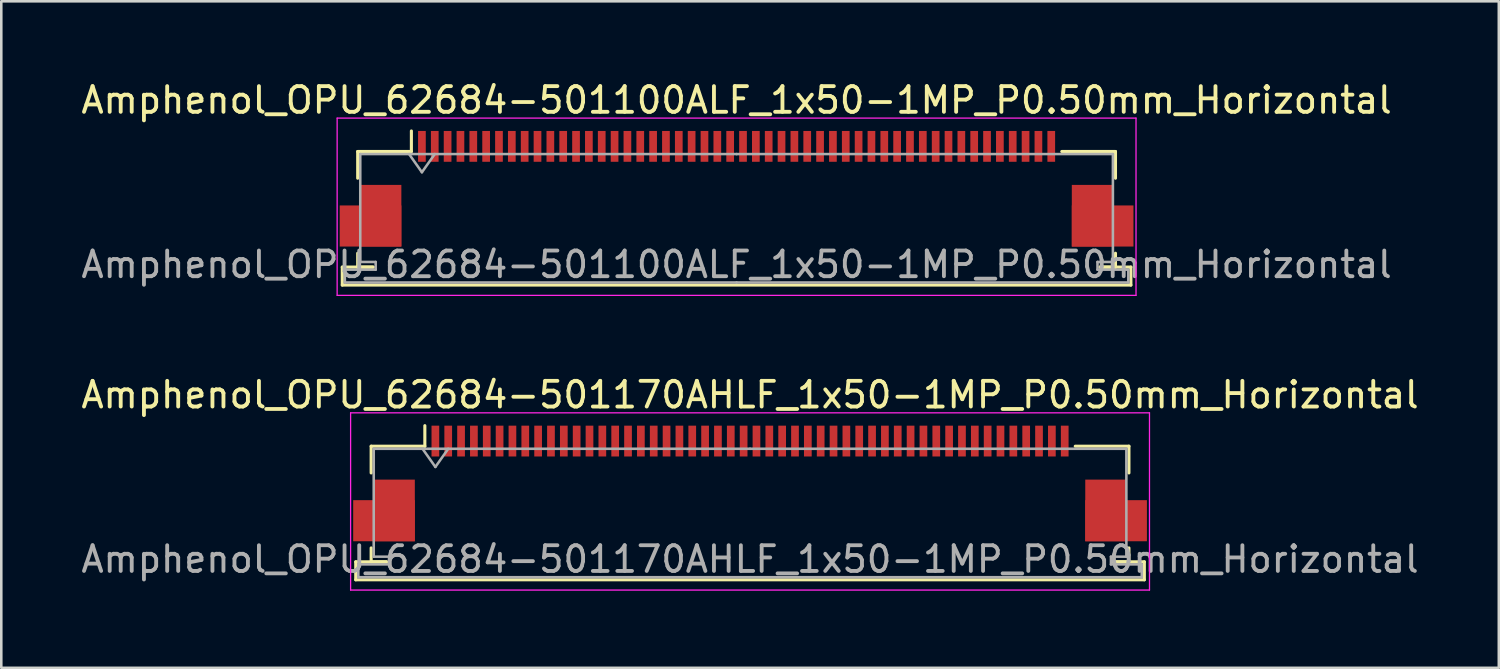
<source format=kicad_pcb>
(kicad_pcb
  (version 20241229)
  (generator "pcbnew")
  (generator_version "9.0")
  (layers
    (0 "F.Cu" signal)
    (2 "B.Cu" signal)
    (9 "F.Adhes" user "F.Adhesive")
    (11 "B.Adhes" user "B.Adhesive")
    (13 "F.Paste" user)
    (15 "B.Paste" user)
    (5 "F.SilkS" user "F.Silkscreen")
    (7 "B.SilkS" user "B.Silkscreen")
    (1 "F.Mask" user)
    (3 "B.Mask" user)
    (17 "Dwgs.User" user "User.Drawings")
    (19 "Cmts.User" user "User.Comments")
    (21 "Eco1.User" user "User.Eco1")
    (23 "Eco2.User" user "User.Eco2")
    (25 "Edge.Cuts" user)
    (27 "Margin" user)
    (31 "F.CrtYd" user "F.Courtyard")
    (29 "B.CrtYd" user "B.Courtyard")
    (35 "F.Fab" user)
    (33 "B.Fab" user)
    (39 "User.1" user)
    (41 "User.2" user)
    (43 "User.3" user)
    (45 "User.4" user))
  (footprint "Amphenol_OPU_62684-501170AHLF_1x50-1MP_P0.50mm_Horizontal"
    (layer "F.Cu")
    (at 26.149 15.771)
    (property "Reference" "Amphenol_OPU_62684-501170AHLF_1x50-1MP_P0.50mm_Horizontal" (at 0 -3.45 0) (layer "F.SilkS") (effects (font (size 1 1) (thickness 0.15))))
    (attr smd)
    (fp_line (start -15.35 3.05) (end -15.35 3.75) (stroke (width 0.12) (type solid)) (layer "F.SilkS"))
    (fp_line (start -15.35 3.75) (end 15.35 3.75) (stroke (width 0.12) (type solid)) (layer "F.SilkS"))
    (fp_line (start -14.75 -1.45) (end -14.75 -0.41) (stroke (width 0.12) (type solid)) (layer "F.SilkS"))
    (fp_line (start -14.75 2.51) (end -14.75 3.05) (stroke (width 0.12) (type solid)) (layer "F.SilkS"))
    (fp_line (start -14.75 3.05) (end -14.15 3.05) (stroke (width 0.12) (type solid)) (layer "F.SilkS"))
    (fp_line (start -14.15 3.05) (end -15.35 3.05) (stroke (width 0.12) (type solid)) (layer "F.SilkS"))
    (fp_line (start -12.66 -1.45) (end -14.75 -1.45) (stroke (width 0.12) (type solid)) (layer "F.SilkS"))
    (fp_line (start -12.66 -1.45) (end -12.66 -2.25) (stroke (width 0.12) (type solid)) (layer "F.SilkS"))
    (fp_line (start 12.66 -1.45) (end 14.75 -1.45) (stroke (width 0.12) (type solid)) (layer "F.SilkS"))
    (fp_line (start 14.15 3.05) (end 14.75 3.05) (stroke (width 0.12) (type solid)) (layer "F.SilkS"))
    (fp_line (start 14.75 -1.45) (end 14.75 -0.41) (stroke (width 0.12) (type solid)) (layer "F.SilkS"))
    (fp_line (start 14.75 3.05) (end 14.75 2.51) (stroke (width 0.12) (type solid)) (layer "F.SilkS"))
    (fp_line (start 15.35 3.05) (end 14.15 3.05) (stroke (width 0.12) (type solid)) (layer "F.SilkS"))
    (fp_line (start 15.35 3.75) (end 15.35 3.05) (stroke (width 0.12) (type solid)) (layer "F.SilkS"))
    (fp_line (start -15.55 -2.75) (end -15.55 4.15) (stroke (width 0.05) (type solid)) (layer "F.CrtYd"))
    (fp_line (start -15.55 4.15) (end 15.55 4.15) (stroke (width 0.05) (type solid)) (layer "F.CrtYd"))
    (fp_line (start 15.55 -2.75) (end -15.55 -2.75) (stroke (width 0.05) (type solid)) (layer "F.CrtYd"))
    (fp_line (start 15.55 4.15) (end 15.55 -2.75) (stroke (width 0.05) (type solid)) (layer "F.CrtYd"))
    (fp_line (start -15.25 3.15) (end -15.25 3.65) (stroke (width 0.1) (type solid)) (layer "F.Fab"))
    (fp_line (start -15.25 3.65) (end 0 3.65) (stroke (width 0.1) (type solid)) (layer "F.Fab"))
    (fp_line (start -14.65 -1.35) (end -14.65 2.85) (stroke (width 0.1) (type solid)) (layer "F.Fab"))
    (fp_line (start -14.65 2.85) (end -14.05 2.85) (stroke (width 0.1) (type solid)) (layer "F.Fab"))
    (fp_line (start -14.05 2.85) (end -14.05 3.15) (stroke (width 0.1) (type solid)) (layer "F.Fab"))
    (fp_line (start -14.05 3.15) (end -15.25 3.15) (stroke (width 0.1) (type solid)) (layer "F.Fab"))
    (fp_line (start -12.75 -1.35) (end -12.25 -0.643) (stroke (width 0.1) (type solid)) (layer "F.Fab"))
    (fp_line (start -12.25 -0.643) (end -11.75 -1.35) (stroke (width 0.1) (type solid)) (layer "F.Fab"))
    (fp_line (start 0 -1.35) (end -14.65 -1.35) (stroke (width 0.1) (type solid)) (layer "F.Fab"))
    (fp_line (start 0 -1.35) (end 14.65 -1.35) (stroke (width 0.1) (type solid)) (layer "F.Fab"))
    (fp_line (start 14.05 2.85) (end 14.05 3.15) (stroke (width 0.1) (type solid)) (layer "F.Fab"))
    (fp_line (start 14.05 3.15) (end 15.25 3.15) (stroke (width 0.1) (type solid)) (layer "F.Fab"))
    (fp_line (start 14.65 -1.35) (end 14.65 2.85) (stroke (width 0.1) (type solid)) (layer "F.Fab"))
    (fp_line (start 14.65 2.85) (end 14.05 2.85) (stroke (width 0.1) (type solid)) (layer "F.Fab"))
    (fp_line (start 15.25 3.15) (end 15.25 3.65) (stroke (width 0.1) (type solid)) (layer "F.Fab"))
    (fp_line (start 15.25 3.65) (end 0 3.65) (stroke (width 0.1) (type solid)) (layer "F.Fab"))
    (fp_text user "${REFERENCE}" (at 0 2.95 0) (layer "F.Fab") (effects (font (size 1 1) (thickness 0.15))))
    (pad "1" smd rect (at -12.25 -1.65) (size 0.3 1.2) (layers "F.Cu" "F.Mask" "F.Paste"))
    (pad "2" smd rect (at -11.75 -1.65) (size 0.3 1.2) (layers "F.Cu" "F.Mask" "F.Paste"))
    (pad "3" smd rect (at -11.25 -1.65) (size 0.3 1.2) (layers "F.Cu" "F.Mask" "F.Paste"))
    (pad "4" smd rect (at -10.75 -1.65) (size 0.3 1.2) (layers "F.Cu" "F.Mask" "F.Paste"))
    (pad "5" smd rect (at -10.25 -1.65) (size 0.3 1.2) (layers "F.Cu" "F.Mask" "F.Paste"))
    (pad "6" smd rect (at -9.75 -1.65) (size 0.3 1.2) (layers "F.Cu" "F.Mask" "F.Paste"))
    (pad "7" smd rect (at -9.25 -1.65) (size 0.3 1.2) (layers "F.Cu" "F.Mask" "F.Paste"))
    (pad "8" smd rect (at -8.75 -1.65) (size 0.3 1.2) (layers "F.Cu" "F.Mask" "F.Paste"))
    (pad "9" smd rect (at -8.25 -1.65) (size 0.3 1.2) (layers "F.Cu" "F.Mask" "F.Paste"))
    (pad "10" smd rect (at -7.75 -1.65) (size 0.3 1.2) (layers "F.Cu" "F.Mask" "F.Paste"))
    (pad "11" smd rect (at -7.25 -1.65) (size 0.3 1.2) (layers "F.Cu" "F.Mask" "F.Paste"))
    (pad "12" smd rect (at -6.75 -1.65) (size 0.3 1.2) (layers "F.Cu" "F.Mask" "F.Paste"))
    (pad "13" smd rect (at -6.25 -1.65) (size 0.3 1.2) (layers "F.Cu" "F.Mask" "F.Paste"))
    (pad "14" smd rect (at -5.75 -1.65) (size 0.3 1.2) (layers "F.Cu" "F.Mask" "F.Paste"))
    (pad "15" smd rect (at -5.25 -1.65) (size 0.3 1.2) (layers "F.Cu" "F.Mask" "F.Paste"))
    (pad "16" smd rect (at -4.75 -1.65) (size 0.3 1.2) (layers "F.Cu" "F.Mask" "F.Paste"))
    (pad "17" smd rect (at -4.25 -1.65) (size 0.3 1.2) (layers "F.Cu" "F.Mask" "F.Paste"))
    (pad "18" smd rect (at -3.75 -1.65) (size 0.3 1.2) (layers "F.Cu" "F.Mask" "F.Paste"))
    (pad "19" smd rect (at -3.25 -1.65) (size 0.3 1.2) (layers "F.Cu" "F.Mask" "F.Paste"))
    (pad "20" smd rect (at -2.75 -1.65) (size 0.3 1.2) (layers "F.Cu" "F.Mask" "F.Paste"))
    (pad "21" smd rect (at -2.25 -1.65) (size 0.3 1.2) (layers "F.Cu" "F.Mask" "F.Paste"))
    (pad "22" smd rect (at -1.75 -1.65) (size 0.3 1.2) (layers "F.Cu" "F.Mask" "F.Paste"))
    (pad "23" smd rect (at -1.25 -1.65) (size 0.3 1.2) (layers "F.Cu" "F.Mask" "F.Paste"))
    (pad "24" smd rect (at -0.75 -1.65) (size 0.3 1.2) (layers "F.Cu" "F.Mask" "F.Paste"))
    (pad "25" smd rect (at -0.25 -1.65) (size 0.3 1.2) (layers "F.Cu" "F.Mask" "F.Paste"))
    (pad "26" smd rect (at 0.25 -1.65) (size 0.3 1.2) (layers "F.Cu" "F.Mask" "F.Paste"))
    (pad "27" smd rect (at 0.75 -1.65) (size 0.3 1.2) (layers "F.Cu" "F.Mask" "F.Paste"))
    (pad "28" smd rect (at 1.25 -1.65) (size 0.3 1.2) (layers "F.Cu" "F.Mask" "F.Paste"))
    (pad "29" smd rect (at 1.75 -1.65) (size 0.3 1.2) (layers "F.Cu" "F.Mask" "F.Paste"))
    (pad "30" smd rect (at 2.25 -1.65) (size 0.3 1.2) (layers "F.Cu" "F.Mask" "F.Paste"))
    (pad "31" smd rect (at 2.75 -1.65) (size 0.3 1.2) (layers "F.Cu" "F.Mask" "F.Paste"))
    (pad "32" smd rect (at 3.25 -1.65) (size 0.3 1.2) (layers "F.Cu" "F.Mask" "F.Paste"))
    (pad "33" smd rect (at 3.75 -1.65) (size 0.3 1.2) (layers "F.Cu" "F.Mask" "F.Paste"))
    (pad "34" smd rect (at 4.25 -1.65) (size 0.3 1.2) (layers "F.Cu" "F.Mask" "F.Paste"))
    (pad "35" smd rect (at 4.75 -1.65) (size 0.3 1.2) (layers "F.Cu" "F.Mask" "F.Paste"))
    (pad "36" smd rect (at 5.25 -1.65) (size 0.3 1.2) (layers "F.Cu" "F.Mask" "F.Paste"))
    (pad "37" smd rect (at 5.75 -1.65) (size 0.3 1.2) (layers "F.Cu" "F.Mask" "F.Paste"))
    (pad "38" smd rect (at 6.25 -1.65) (size 0.3 1.2) (layers "F.Cu" "F.Mask" "F.Paste"))
    (pad "39" smd rect (at 6.75 -1.65) (size 0.3 1.2) (layers "F.Cu" "F.Mask" "F.Paste"))
    (pad "40" smd rect (at 7.25 -1.65) (size 0.3 1.2) (layers "F.Cu" "F.Mask" "F.Paste"))
    (pad "41" smd rect (at 7.75 -1.65) (size 0.3 1.2) (layers "F.Cu" "F.Mask" "F.Paste"))
    (pad "42" smd rect (at 8.25 -1.65) (size 0.3 1.2) (layers "F.Cu" "F.Mask" "F.Paste"))
    (pad "43" smd rect (at 8.75 -1.65) (size 0.3 1.2) (layers "F.Cu" "F.Mask" "F.Paste"))
    (pad "44" smd rect (at 9.25 -1.65) (size 0.3 1.2) (layers "F.Cu" "F.Mask" "F.Paste"))
    (pad "45" smd rect (at 9.75 -1.65) (size 0.3 1.2) (layers "F.Cu" "F.Mask" "F.Paste"))
    (pad "46" smd rect (at 10.25 -1.65) (size 0.3 1.2) (layers "F.Cu" "F.Mask" "F.Paste"))
    (pad "47" smd rect (at 10.75 -1.65) (size 0.3 1.2) (layers "F.Cu" "F.Mask" "F.Paste"))
    (pad "48" smd rect (at 11.25 -1.65) (size 0.3 1.2) (layers "F.Cu" "F.Mask" "F.Paste"))
    (pad "49" smd rect (at 11.75 -1.65) (size 0.3 1.2) (layers "F.Cu" "F.Mask" "F.Paste"))
    (pad "50" smd rect (at 12.25 -1.65) (size 0.3 1.2) (layers "F.Cu" "F.Mask" "F.Paste"))
    (pad "MP" smd rect (at -14.25 1.45) (size 2.4 1.6) (layers "F.Cu" "F.Mask" "F.Paste"))
    (pad "MP" smd rect (at -13.85 1.05) (size 1.6 2.4) (layers "F.Cu" "F.Mask" "F.Paste"))
    (pad "MP" smd rect (at 13.85 1.05) (size 1.6 2.4) (layers "F.Cu" "F.Mask" "F.Paste"))
    (pad "MP" smd rect (at 14.25 1.45) (size 2.4 1.6) (layers "F.Cu" "F.Mask" "F.Paste")))
  (footprint "Amphenol_OPU_62684-501100ALF_1x50-1MP_P0.50mm_Horizontal"
    (layer "F.Cu")
    (at 25.625 4.298)
    (property "Reference" "Amphenol_OPU_62684-501100ALF_1x50-1MP_P0.50mm_Horizontal" (at 0 -3.45 0) (layer "F.SilkS") (effects (font (size 1 1) (thickness 0.15))))
    (attr smd)
    (fp_line (start -15.35 3.05) (end -15.35 3.75) (stroke (width 0.12) (type solid)) (layer "F.SilkS"))
    (fp_line (start -15.35 3.75) (end 15.35 3.75) (stroke (width 0.12) (type solid)) (layer "F.SilkS"))
    (fp_line (start -14.75 -1.45) (end -14.75 -0.41) (stroke (width 0.12) (type solid)) (layer "F.SilkS"))
    (fp_line (start -14.75 2.51) (end -14.75 3.05) (stroke (width 0.12) (type solid)) (layer "F.SilkS"))
    (fp_line (start -14.75 3.05) (end -14.15 3.05) (stroke (width 0.12) (type solid)) (layer "F.SilkS"))
    (fp_line (start -14.15 3.05) (end -15.35 3.05) (stroke (width 0.12) (type solid)) (layer "F.SilkS"))
    (fp_line (start -12.66 -1.45) (end -14.75 -1.45) (stroke (width 0.12) (type solid)) (layer "F.SilkS"))
    (fp_line (start -12.66 -1.45) (end -12.66 -2.25) (stroke (width 0.12) (type solid)) (layer "F.SilkS"))
    (fp_line (start 12.66 -1.45) (end 14.75 -1.45) (stroke (width 0.12) (type solid)) (layer "F.SilkS"))
    (fp_line (start 14.15 3.05) (end 14.75 3.05) (stroke (width 0.12) (type solid)) (layer "F.SilkS"))
    (fp_line (start 14.75 -1.45) (end 14.75 -0.41) (stroke (width 0.12) (type solid)) (layer "F.SilkS"))
    (fp_line (start 14.75 3.05) (end 14.75 2.51) (stroke (width 0.12) (type solid)) (layer "F.SilkS"))
    (fp_line (start 15.35 3.05) (end 14.15 3.05) (stroke (width 0.12) (type solid)) (layer "F.SilkS"))
    (fp_line (start 15.35 3.75) (end 15.35 3.05) (stroke (width 0.12) (type solid)) (layer "F.SilkS"))
    (fp_line (start -15.55 -2.75) (end -15.55 4.15) (stroke (width 0.05) (type solid)) (layer "F.CrtYd"))
    (fp_line (start -15.55 4.15) (end 15.55 4.15) (stroke (width 0.05) (type solid)) (layer "F.CrtYd"))
    (fp_line (start 15.55 -2.75) (end -15.55 -2.75) (stroke (width 0.05) (type solid)) (layer "F.CrtYd"))
    (fp_line (start 15.55 4.15) (end 15.55 -2.75) (stroke (width 0.05) (type solid)) (layer "F.CrtYd"))
    (fp_line (start -15.25 3.15) (end -15.25 3.65) (stroke (width 0.1) (type solid)) (layer "F.Fab"))
    (fp_line (start -15.25 3.65) (end 0 3.65) (stroke (width 0.1) (type solid)) (layer "F.Fab"))
    (fp_line (start -14.65 -1.35) (end -14.65 2.85) (stroke (width 0.1) (type solid)) (layer "F.Fab"))
    (fp_line (start -14.65 2.85) (end -14.05 2.85) (stroke (width 0.1) (type solid)) (layer "F.Fab"))
    (fp_line (start -14.05 2.85) (end -14.05 3.15) (stroke (width 0.1) (type solid)) (layer "F.Fab"))
    (fp_line (start -14.05 3.15) (end -15.25 3.15) (stroke (width 0.1) (type solid)) (layer "F.Fab"))
    (fp_line (start -12.75 -1.35) (end -12.25 -0.643) (stroke (width 0.1) (type solid)) (layer "F.Fab"))
    (fp_line (start -12.25 -0.643) (end -11.75 -1.35) (stroke (width 0.1) (type solid)) (layer "F.Fab"))
    (fp_line (start 0 -1.35) (end -14.65 -1.35) (stroke (width 0.1) (type solid)) (layer "F.Fab"))
    (fp_line (start 0 -1.35) (end 14.65 -1.35) (stroke (width 0.1) (type solid)) (layer "F.Fab"))
    (fp_line (start 14.05 2.85) (end 14.05 3.15) (stroke (width 0.1) (type solid)) (layer "F.Fab"))
    (fp_line (start 14.05 3.15) (end 15.25 3.15) (stroke (width 0.1) (type solid)) (layer "F.Fab"))
    (fp_line (start 14.65 -1.35) (end 14.65 2.85) (stroke (width 0.1) (type solid)) (layer "F.Fab"))
    (fp_line (start 14.65 2.85) (end 14.05 2.85) (stroke (width 0.1) (type solid)) (layer "F.Fab"))
    (fp_line (start 15.25 3.15) (end 15.25 3.65) (stroke (width 0.1) (type solid)) (layer "F.Fab"))
    (fp_line (start 15.25 3.65) (end 0 3.65) (stroke (width 0.1) (type solid)) (layer "F.Fab"))
    (fp_text user "${REFERENCE}" (at 0 2.95 0) (layer "F.Fab") (effects (font (size 1 1) (thickness 0.15))))
    (pad "1" smd rect (at -12.25 -1.65) (size 0.3 1.2) (layers "F.Cu" "F.Mask" "F.Paste"))
    (pad "2" smd rect (at -11.75 -1.65) (size 0.3 1.2) (layers "F.Cu" "F.Mask" "F.Paste"))
    (pad "3" smd rect (at -11.25 -1.65) (size 0.3 1.2) (layers "F.Cu" "F.Mask" "F.Paste"))
    (pad "4" smd rect (at -10.75 -1.65) (size 0.3 1.2) (layers "F.Cu" "F.Mask" "F.Paste"))
    (pad "5" smd rect (at -10.25 -1.65) (size 0.3 1.2) (layers "F.Cu" "F.Mask" "F.Paste"))
    (pad "6" smd rect (at -9.75 -1.65) (size 0.3 1.2) (layers "F.Cu" "F.Mask" "F.Paste"))
    (pad "7" smd rect (at -9.25 -1.65) (size 0.3 1.2) (layers "F.Cu" "F.Mask" "F.Paste"))
    (pad "8" smd rect (at -8.75 -1.65) (size 0.3 1.2) (layers "F.Cu" "F.Mask" "F.Paste"))
    (pad "9" smd rect (at -8.25 -1.65) (size 0.3 1.2) (layers "F.Cu" "F.Mask" "F.Paste"))
    (pad "10" smd rect (at -7.75 -1.65) (size 0.3 1.2) (layers "F.Cu" "F.Mask" "F.Paste"))
    (pad "11" smd rect (at -7.25 -1.65) (size 0.3 1.2) (layers "F.Cu" "F.Mask" "F.Paste"))
    (pad "12" smd rect (at -6.75 -1.65) (size 0.3 1.2) (layers "F.Cu" "F.Mask" "F.Paste"))
    (pad "13" smd rect (at -6.25 -1.65) (size 0.3 1.2) (layers "F.Cu" "F.Mask" "F.Paste"))
    (pad "14" smd rect (at -5.75 -1.65) (size 0.3 1.2) (layers "F.Cu" "F.Mask" "F.Paste"))
    (pad "15" smd rect (at -5.25 -1.65) (size 0.3 1.2) (layers "F.Cu" "F.Mask" "F.Paste"))
    (pad "16" smd rect (at -4.75 -1.65) (size 0.3 1.2) (layers "F.Cu" "F.Mask" "F.Paste"))
    (pad "17" smd rect (at -4.25 -1.65) (size 0.3 1.2) (layers "F.Cu" "F.Mask" "F.Paste"))
    (pad "18" smd rect (at -3.75 -1.65) (size 0.3 1.2) (layers "F.Cu" "F.Mask" "F.Paste"))
    (pad "19" smd rect (at -3.25 -1.65) (size 0.3 1.2) (layers "F.Cu" "F.Mask" "F.Paste"))
    (pad "20" smd rect (at -2.75 -1.65) (size 0.3 1.2) (layers "F.Cu" "F.Mask" "F.Paste"))
    (pad "21" smd rect (at -2.25 -1.65) (size 0.3 1.2) (layers "F.Cu" "F.Mask" "F.Paste"))
    (pad "22" smd rect (at -1.75 -1.65) (size 0.3 1.2) (layers "F.Cu" "F.Mask" "F.Paste"))
    (pad "23" smd rect (at -1.25 -1.65) (size 0.3 1.2) (layers "F.Cu" "F.Mask" "F.Paste"))
    (pad "24" smd rect (at -0.75 -1.65) (size 0.3 1.2) (layers "F.Cu" "F.Mask" "F.Paste"))
    (pad "25" smd rect (at -0.25 -1.65) (size 0.3 1.2) (layers "F.Cu" "F.Mask" "F.Paste"))
    (pad "26" smd rect (at 0.25 -1.65) (size 0.3 1.2) (layers "F.Cu" "F.Mask" "F.Paste"))
    (pad "27" smd rect (at 0.75 -1.65) (size 0.3 1.2) (layers "F.Cu" "F.Mask" "F.Paste"))
    (pad "28" smd rect (at 1.25 -1.65) (size 0.3 1.2) (layers "F.Cu" "F.Mask" "F.Paste"))
    (pad "29" smd rect (at 1.75 -1.65) (size 0.3 1.2) (layers "F.Cu" "F.Mask" "F.Paste"))
    (pad "30" smd rect (at 2.25 -1.65) (size 0.3 1.2) (layers "F.Cu" "F.Mask" "F.Paste"))
    (pad "31" smd rect (at 2.75 -1.65) (size 0.3 1.2) (layers "F.Cu" "F.Mask" "F.Paste"))
    (pad "32" smd rect (at 3.25 -1.65) (size 0.3 1.2) (layers "F.Cu" "F.Mask" "F.Paste"))
    (pad "33" smd rect (at 3.75 -1.65) (size 0.3 1.2) (layers "F.Cu" "F.Mask" "F.Paste"))
    (pad "34" smd rect (at 4.25 -1.65) (size 0.3 1.2) (layers "F.Cu" "F.Mask" "F.Paste"))
    (pad "35" smd rect (at 4.75 -1.65) (size 0.3 1.2) (layers "F.Cu" "F.Mask" "F.Paste"))
    (pad "36" smd rect (at 5.25 -1.65) (size 0.3 1.2) (layers "F.Cu" "F.Mask" "F.Paste"))
    (pad "37" smd rect (at 5.75 -1.65) (size 0.3 1.2) (layers "F.Cu" "F.Mask" "F.Paste"))
    (pad "38" smd rect (at 6.25 -1.65) (size 0.3 1.2) (layers "F.Cu" "F.Mask" "F.Paste"))
    (pad "39" smd rect (at 6.75 -1.65) (size 0.3 1.2) (layers "F.Cu" "F.Mask" "F.Paste"))
    (pad "40" smd rect (at 7.25 -1.65) (size 0.3 1.2) (layers "F.Cu" "F.Mask" "F.Paste"))
    (pad "41" smd rect (at 7.75 -1.65) (size 0.3 1.2) (layers "F.Cu" "F.Mask" "F.Paste"))
    (pad "42" smd rect (at 8.25 -1.65) (size 0.3 1.2) (layers "F.Cu" "F.Mask" "F.Paste"))
    (pad "43" smd rect (at 8.75 -1.65) (size 0.3 1.2) (layers "F.Cu" "F.Mask" "F.Paste"))
    (pad "44" smd rect (at 9.25 -1.65) (size 0.3 1.2) (layers "F.Cu" "F.Mask" "F.Paste"))
    (pad "45" smd rect (at 9.75 -1.65) (size 0.3 1.2) (layers "F.Cu" "F.Mask" "F.Paste"))
    (pad "46" smd rect (at 10.25 -1.65) (size 0.3 1.2) (layers "F.Cu" "F.Mask" "F.Paste"))
    (pad "47" smd rect (at 10.75 -1.65) (size 0.3 1.2) (layers "F.Cu" "F.Mask" "F.Paste"))
    (pad "48" smd rect (at 11.25 -1.65) (size 0.3 1.2) (layers "F.Cu" "F.Mask" "F.Paste"))
    (pad "49" smd rect (at 11.75 -1.65) (size 0.3 1.2) (layers "F.Cu" "F.Mask" "F.Paste"))
    (pad "50" smd rect (at 12.25 -1.65) (size 0.3 1.2) (layers "F.Cu" "F.Mask" "F.Paste"))
    (pad "MP" smd rect (at -14.25 1.45) (size 2.4 1.6) (layers "F.Cu" "F.Mask" "F.Paste"))
    (pad "MP" smd rect (at -13.85 1.05) (size 1.6 2.4) (layers "F.Cu" "F.Mask" "F.Paste"))
    (pad "MP" smd rect (at 13.85 1.05) (size 1.6 2.4) (layers "F.Cu" "F.Mask" "F.Paste"))
    (pad "MP" smd rect (at 14.25 1.45) (size 2.4 1.6) (layers "F.Cu" "F.Mask" "F.Paste")))
  (gr_rect
    (start -3 -3)
    (end 55.298 22.947)
    (stroke (width 0.1) (type default))
    (fill no)
    (layer "Edge.Cuts")))
</source>
